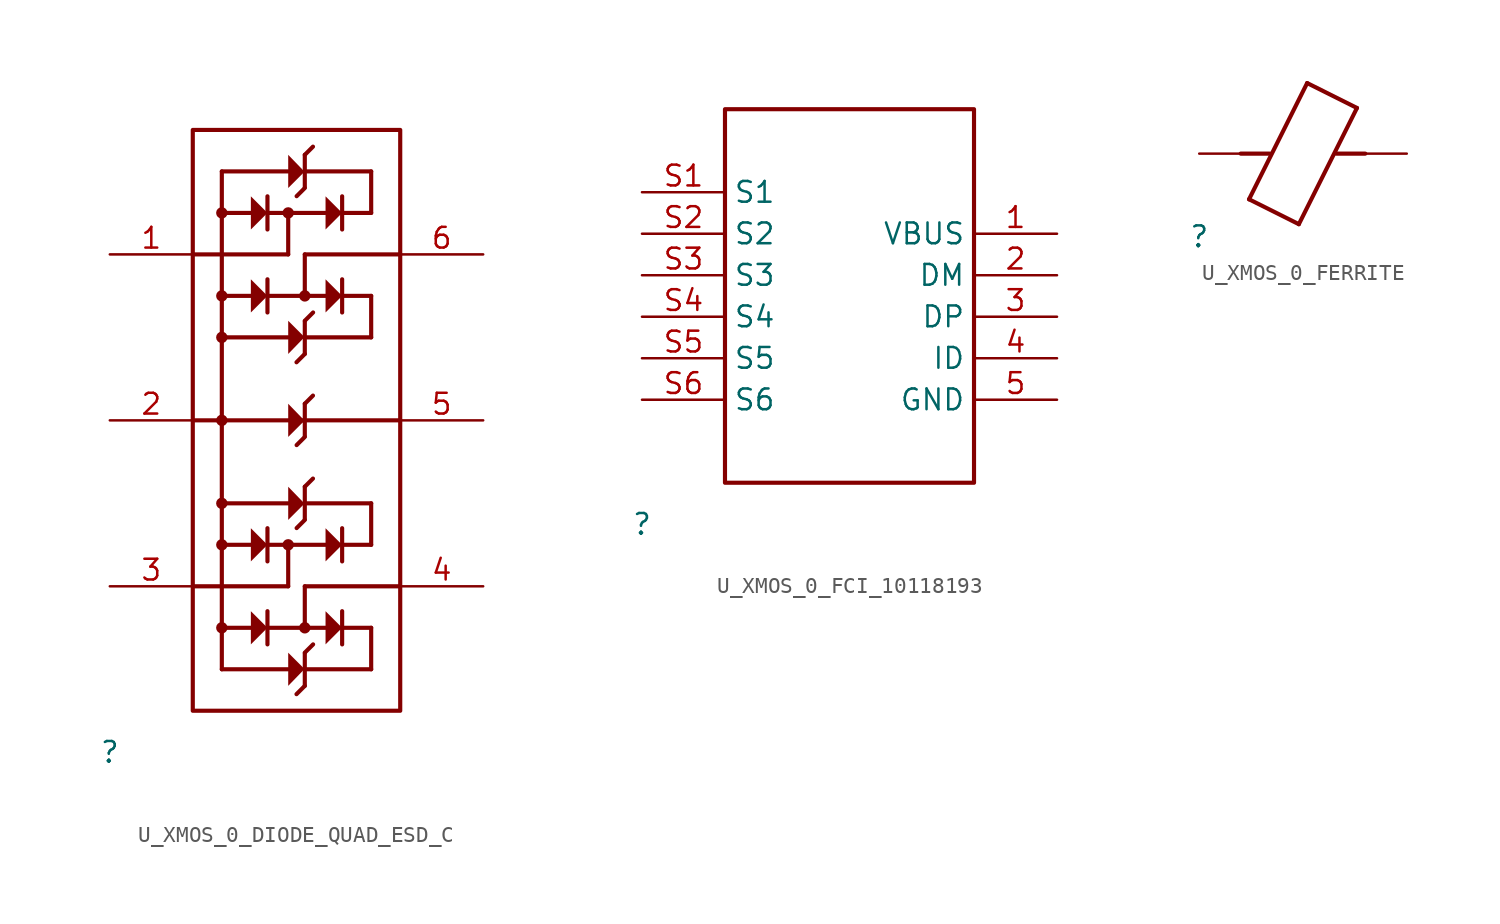
<source format=kicad_sym>
(kicad_symbol_lib
  (version 20231120)
  (generator "kicad_symbol_editor")
  (generator_version "8.0")
  (symbol "U_XMOS_0_DIODE_QUAD_ESD_C"
    (property "Reference" ""
      (at 0 0 0)
      (effects (font (size 1.27 1.27))))
    (property "Value" ""
      (at 0 0 0)
      (effects (font (size 1.27 1.27))))
    (symbol "U_XMOS_0_DIODE_QUAD_ESD_C_1_0"
      (polyline (pts (xy 5.08 20.32) (xy 17.78 20.32)) (stroke (width 0.254) (type solid)) (fill (type none)))
      (polyline (pts (xy 6.858 35.56) (xy 6.858 5.08)) (stroke (width 0.254) (type solid)) (fill (type none)))
      (polyline (pts (xy 8.636 7.62) (xy 6.858 7.62)) (stroke (width 0.254) (type solid)) (fill (type none)))
      (polyline (pts (xy 8.636 12.7) (xy 6.858 12.7)) (stroke (width 0.254) (type solid)) (fill (type none)))
      (polyline (pts (xy 8.636 27.94) (xy 6.858 27.94)) (stroke (width 0.254) (type solid)) (fill (type none)))
      (polyline (pts (xy 8.636 33.02) (xy 6.858 33.02)) (stroke (width 0.254) (type solid)) (fill (type none)))
      (polyline (pts (xy 9.652 6.604) (xy 9.652 8.636)) (stroke (width 0.254) (type solid)) (fill (type none)))
      (polyline (pts (xy 9.652 7.62) (xy 13.208 7.62)) (stroke (width 0.254) (type solid)) (fill (type none)))
      (polyline (pts (xy 9.652 12.7) (xy 13.208 12.7)) (stroke (width 0.254) (type solid)) (fill (type none)))
      (polyline (pts (xy 9.652 13.716) (xy 9.652 11.684)) (stroke (width 0.254) (type solid)) (fill (type none)))
      (polyline (pts (xy 9.652 26.924) (xy 9.652 28.956)) (stroke (width 0.254) (type solid)) (fill (type none)))
      (polyline (pts (xy 9.652 27.94) (xy 13.208 27.94)) (stroke (width 0.254) (type solid)) (fill (type none)))
      (polyline (pts (xy 9.652 33.02) (xy 13.208 33.02)) (stroke (width 0.254) (type solid)) (fill (type none)))
      (polyline (pts (xy 9.652 34.036) (xy 9.652 32.004)) (stroke (width 0.254) (type solid)) (fill (type none)))
      (polyline (pts (xy 10.922 5.08) (xy 6.858 5.08)) (stroke (width 0.254) (type solid)) (fill (type none)))
      (polyline (pts (xy 10.922 10.16) (xy 5.08 10.16)) (stroke (width 0.254) (type solid)) (fill (type none)))
      (polyline (pts (xy 10.922 12.7) (xy 10.922 10.16)) (stroke (width 0.254) (type solid)) (fill (type none)))
      (polyline (pts (xy 10.922 15.24) (xy 6.858 15.24)) (stroke (width 0.254) (type solid)) (fill (type none)))
      (polyline (pts (xy 10.922 25.4) (xy 6.858 25.4)) (stroke (width 0.254) (type solid)) (fill (type none)))
      (polyline (pts (xy 10.922 30.48) (xy 5.08 30.48)) (stroke (width 0.254) (type solid)) (fill (type none)))
      (polyline (pts (xy 10.922 33.02) (xy 10.922 30.48)) (stroke (width 0.254) (type solid)) (fill (type none)))
      (polyline (pts (xy 10.922 35.56) (xy 6.858 35.56)) (stroke (width 0.254) (type solid)) (fill (type none)))
      (polyline (pts (xy 11.43 3.556) (xy 11.938 4.064)) (stroke (width 0.254) (type solid)) (fill (type none)))
      (polyline (pts (xy 11.43 23.876) (xy 11.938 24.384)) (stroke (width 0.254) (type solid)) (fill (type none)))
      (polyline (pts (xy 11.938 4.064) (xy 11.938 6.064)) (stroke (width 0.254) (type solid)) (fill (type none)))
      (polyline (pts (xy 11.938 5.08) (xy 16.002 5.08)) (stroke (width 0.254) (type solid)) (fill (type none)))
      (polyline (pts (xy 11.938 6.096) (xy 12.446 6.604)) (stroke (width 0.254) (type solid)) (fill (type none)))
      (polyline (pts (xy 11.938 7.62) (xy 11.938 10.16)) (stroke (width 0.254) (type solid)) (fill (type none)))
      (polyline (pts (xy 11.938 10.16) (xy 17.78 10.16)) (stroke (width 0.254) (type solid)) (fill (type none)))
      (polyline (pts (xy 11.938 14.224) (xy 11.438 13.724)) (stroke (width 0.254) (type solid)) (fill (type none)))
      (polyline (pts (xy 11.938 15.24) (xy 16.002 15.24)) (stroke (width 0.254) (type solid)) (fill (type none)))
      (polyline (pts (xy 11.938 16.256) (xy 11.938 14.256)) (stroke (width 0.254) (type solid)) (fill (type none)))
      (polyline (pts (xy 11.938 19.304) (xy 11.438 18.804)) (stroke (width 0.254) (type solid)) (fill (type none)))
      (polyline (pts (xy 11.938 21.336) (xy 11.938 19.336)) (stroke (width 0.254) (type solid)) (fill (type none)))
      (polyline (pts (xy 11.938 24.384) (xy 11.938 26.384)) (stroke (width 0.254) (type solid)) (fill (type none)))
      (polyline (pts (xy 11.938 25.4) (xy 16.002 25.4)) (stroke (width 0.254) (type solid)) (fill (type none)))
      (polyline (pts (xy 11.938 26.416) (xy 12.446 26.924)) (stroke (width 0.254) (type solid)) (fill (type none)))
      (polyline (pts (xy 11.938 27.94) (xy 11.938 30.48)) (stroke (width 0.254) (type solid)) (fill (type none)))
      (polyline (pts (xy 11.938 30.48) (xy 17.78 30.48)) (stroke (width 0.254) (type solid)) (fill (type none)))
      (polyline (pts (xy 11.938 34.544) (xy 11.438 34.044)) (stroke (width 0.254) (type solid)) (fill (type none)))
      (polyline (pts (xy 11.938 35.56) (xy 16.002 35.56)) (stroke (width 0.254) (type solid)) (fill (type none)))
      (polyline (pts (xy 11.938 36.576) (xy 11.938 34.576)) (stroke (width 0.254) (type solid)) (fill (type none)))
      (polyline (pts (xy 12.438 16.756) (xy 11.938 16.256)) (stroke (width 0.254) (type solid)) (fill (type none)))
      (polyline (pts (xy 12.438 21.836) (xy 11.938 21.336)) (stroke (width 0.254) (type solid)) (fill (type none)))
      (polyline (pts (xy 12.438 37.076) (xy 11.938 36.576)) (stroke (width 0.254) (type solid)) (fill (type none)))
      (polyline (pts (xy 14.224 6.604) (xy 14.224 8.636)) (stroke (width 0.254) (type solid)) (fill (type none)))
      (polyline (pts (xy 14.224 7.62) (xy 16.002 7.62)) (stroke (width 0.254) (type solid)) (fill (type none)))
      (polyline (pts (xy 14.224 12.7) (xy 16.002 12.7)) (stroke (width 0.254) (type solid)) (fill (type none)))
      (polyline (pts (xy 14.224 13.716) (xy 14.224 11.684)) (stroke (width 0.254) (type solid)) (fill (type none)))
      (polyline (pts (xy 14.224 26.924) (xy 14.224 28.956)) (stroke (width 0.254) (type solid)) (fill (type none)))
      (polyline (pts (xy 14.224 27.94) (xy 16.002 27.94)) (stroke (width 0.254) (type solid)) (fill (type none)))
      (polyline (pts (xy 14.224 33.02) (xy 16.002 33.02)) (stroke (width 0.254) (type solid)) (fill (type none)))
      (polyline (pts (xy 14.224 34.036) (xy 14.224 32.004)) (stroke (width 0.254) (type solid)) (fill (type none)))
      (polyline (pts (xy 16.002 5.08) (xy 16.002 7.62)) (stroke (width 0.254) (type solid)) (fill (type none)))
      (polyline (pts (xy 16.002 12.7) (xy 16.002 15.24)) (stroke (width 0.254) (type solid)) (fill (type none)))
      (polyline (pts (xy 16.002 25.4) (xy 16.002 27.94)) (stroke (width 0.254) (type solid)) (fill (type none)))
      (polyline (pts (xy 16.002 33.02) (xy 16.002 35.56)) (stroke (width 0.254) (type solid)) (fill (type none)))
      (polyline (pts (xy 8.636 8.636) (xy 9.652 7.62) (xy 8.636 6.604) (xy 8.636 8.636)) (stroke (width -0.0001) (type solid)) (fill (type outline)))
      (polyline (pts (xy 8.636 11.684) (xy 9.652 12.7) (xy 8.636 13.716) (xy 8.636 11.684)) (stroke (width -0.0001) (type solid)) (fill (type outline)))
      (polyline (pts (xy 8.636 28.956) (xy 9.652 27.94) (xy 8.636 26.924) (xy 8.636 28.956)) (stroke (width -0.0001) (type solid)) (fill (type outline)))
      (polyline (pts (xy 8.636 32.004) (xy 9.652 33.02) (xy 8.636 34.036) (xy 8.636 32.004)) (stroke (width -0.0001) (type solid)) (fill (type outline)))
      (polyline (pts (xy 10.922 6.096) (xy 11.922 5.096) (xy 10.922 4.064) (xy 10.922 6.096)) (stroke (width -0.0001) (type solid)) (fill (type outline)))
      (polyline (pts (xy 10.922 14.224) (xy 11.922 15.224) (xy 10.922 16.256) (xy 10.922 14.224)) (stroke (width -0.0001) (type solid)) (fill (type outline)))
      (polyline (pts (xy 10.922 19.304) (xy 11.922 20.304) (xy 10.922 21.336) (xy 10.922 19.304)) (stroke (width -0.0001) (type solid)) (fill (type outline)))
      (polyline (pts (xy 10.922 26.416) (xy 11.922 25.416) (xy 10.922 24.384) (xy 10.922 26.416)) (stroke (width -0.0001) (type solid)) (fill (type outline)))
      (polyline (pts (xy 10.922 34.544) (xy 11.922 35.544) (xy 10.922 36.576) (xy 10.922 34.544)) (stroke (width -0.0001) (type solid)) (fill (type outline)))
      (polyline (pts (xy 13.208 8.636) (xy 14.224 7.62) (xy 13.208 6.604) (xy 13.208 8.636)) (stroke (width -0.0001) (type solid)) (fill (type outline)))
      (polyline (pts (xy 13.208 11.684) (xy 14.224 12.7) (xy 13.208 13.716) (xy 13.208 11.684)) (stroke (width -0.0001) (type solid)) (fill (type outline)))
      (polyline (pts (xy 13.208 28.956) (xy 14.224 27.94) (xy 13.208 26.924) (xy 13.208 28.956)) (stroke (width -0.0001) (type solid)) (fill (type outline)))
      (polyline (pts (xy 13.208 32.004) (xy 14.224 33.02) (xy 13.208 34.036) (xy 13.208 32.004)) (stroke (width -0.0001) (type solid)) (fill (type outline)))
      (circle (center 6.858 7.62) (radius 0.223) (stroke (width 0.254) (type solid)) (fill (type none)))
      (circle (center 6.858 12.7) (radius 0.223) (stroke (width 0.254) (type solid)) (fill (type none)))
      (circle (center 6.858 15.24) (radius 0.223) (stroke (width 0.254) (type solid)) (fill (type none)))
      (circle (center 6.858 20.32) (radius 0.223) (stroke (width 0.254) (type solid)) (fill (type none)))
      (circle (center 6.858 25.4) (radius 0.223) (stroke (width 0.254) (type solid)) (fill (type none)))
      (circle (center 6.858 27.94) (radius 0.223) (stroke (width 0.254) (type solid)) (fill (type none)))
      (circle (center 6.858 33.02) (radius 0.223) (stroke (width 0.254) (type solid)) (fill (type none)))
      (circle (center 10.922 12.7) (radius 0.223) (stroke (width 0.254) (type solid)) (fill (type none)))
      (circle (center 10.922 33.02) (radius 0.223) (stroke (width 0.254) (type solid)) (fill (type none)))
      (circle (center 11.938 7.62) (radius 0.223) (stroke (width 0.254) (type solid)) (fill (type none)))
      (circle (center 11.938 27.94) (radius 0.223) (stroke (width 0.254) (type solid)) (fill (type none)))
      (rectangle (start 17.78 38.1) (end 5.08 2.54) (stroke (width 0.254) (type solid)) (fill (type none)))
      (pin passive line (at 0 30.48 0) (length 5.08) (name "1" (effects (font (size 0 0)))) (number "1" (effects (font (size 1.27 1.27)))))
      (pin passive line (at 0 20.32 0) (length 5.08) (name "2" (effects (font (size 0 0)))) (number "2" (effects (font (size 1.27 1.27)))))
      (pin passive line (at 0 10.16 0) (length 5.08) (name "3" (effects (font (size 0 0)))) (number "3" (effects (font (size 1.27 1.27)))))
      (pin passive line (at 22.86 10.16 180) (length 5.08) (name "4" (effects (font (size 0 0)))) (number "4" (effects (font (size 1.27 1.27)))))
      (pin passive line (at 22.86 20.32 180) (length 5.08) (name "5" (effects (font (size 0 0)))) (number "5" (effects (font (size 1.27 1.27)))))
      (pin passive line (at 22.86 30.48 180) (length 5.08) (name "6" (effects (font (size 0 0)))) (number "6" (effects (font (size 1.27 1.27)))))))
  (symbol "U_XMOS_0_FCI_10118193"
    (property "Reference" ""
      (at 0 0 0)
      (effects (font (size 1.27 1.27))))
    (property "Value" ""
      (at 0 0 0)
      (effects (font (size 1.27 1.27))))
    (symbol "U_XMOS_0_FCI_10118193_1_0"
      (polyline (pts (xy 5.08 2.54) (xy 20.32 2.54) (xy 20.32 25.4) (xy 5.08 25.4) (xy 5.08 2.54)) (stroke (width 0.254) (type solid)) (fill (type none)))
      (pin passive line (at 25.4 17.78 180) (length 5.08) (name "VBUS" (effects (font (size 1.27 1.27)))) (number "1" (effects (font (size 1.27 1.27)))))
      (pin passive line (at 25.4 15.24 180) (length 5.08) (name "DM" (effects (font (size 1.27 1.27)))) (number "2" (effects (font (size 1.27 1.27)))))
      (pin passive line (at 25.4 12.7 180) (length 5.08) (name "DP" (effects (font (size 1.27 1.27)))) (number "3" (effects (font (size 1.27 1.27)))))
      (pin passive line (at 25.4 10.16 180) (length 5.08) (name "ID" (effects (font (size 1.27 1.27)))) (number "4" (effects (font (size 1.27 1.27)))))
      (pin passive line (at 25.4 7.62 180) (length 5.08) (name "GND" (effects (font (size 1.27 1.27)))) (number "5" (effects (font (size 1.27 1.27)))))
      (pin passive line (at 0 20.32 0) (length 5.08) (name "S1" (effects (font (size 1.27 1.27)))) (number "S1" (effects (font (size 1.27 1.27)))))
      (pin passive line (at 0 17.78 0) (length 5.08) (name "S2" (effects (font (size 1.27 1.27)))) (number "S2" (effects (font (size 1.27 1.27)))))
      (pin passive line (at 0 15.24 0) (length 5.08) (name "S3" (effects (font (size 1.27 1.27)))) (number "S3" (effects (font (size 1.27 1.27)))))
      (pin passive line (at 0 12.7 0) (length 5.08) (name "S4" (effects (font (size 1.27 1.27)))) (number "S4" (effects (font (size 1.27 1.27)))))
      (pin passive line (at 0 10.16 0) (length 5.08) (name "S5" (effects (font (size 1.27 1.27)))) (number "S5" (effects (font (size 1.27 1.27)))))
      (pin passive line (at 0 7.62 0) (length 5.08) (name "S6" (effects (font (size 1.27 1.27)))) (number "S6" (effects (font (size 1.27 1.27)))))))
  (symbol "U_XMOS_0_FERRITE"
    (property "Reference" ""
      (at 0 0 0)
      (effects (font (size 1.27 1.27))))
    (property "Value" ""
      (at 0 0 0)
      (effects (font (size 1.27 1.27))))
    (symbol "U_XMOS_0_FERRITE_1_0"
      (polyline (pts (xy 3.048 2.286) (xy 6.096 0.762)) (stroke (width 0.254) (type solid)) (fill (type none)))
      (polyline (pts (xy 4.318 5.08) (xy 2.54 5.08)) (stroke (width 0.254) (type solid)) (fill (type none)))
      (polyline (pts (xy 6.096 0.762) (xy 9.652 7.874)) (stroke (width 0.254) (type solid)) (fill (type none)))
      (polyline (pts (xy 6.604 9.398) (xy 3.048 2.286)) (stroke (width 0.254) (type solid)) (fill (type none)))
      (polyline (pts (xy 8.382 5.08) (xy 10.16 5.08)) (stroke (width 0.254) (type solid)) (fill (type none)))
      (polyline (pts (xy 9.652 7.874) (xy 6.604 9.398)) (stroke (width 0.254) (type solid)) (fill (type none)))
      (pin passive line (at 0 5.08 0) (length 2.54) (name "1" (effects (font (size 0 0)))) (number "1" (effects (font (size 0 0)))))
      (pin passive line (at 12.7 5.08 180) (length 2.54) (name "2" (effects (font (size 0 0)))) (number "2" (effects (font (size 0 0))))))))
</source>
